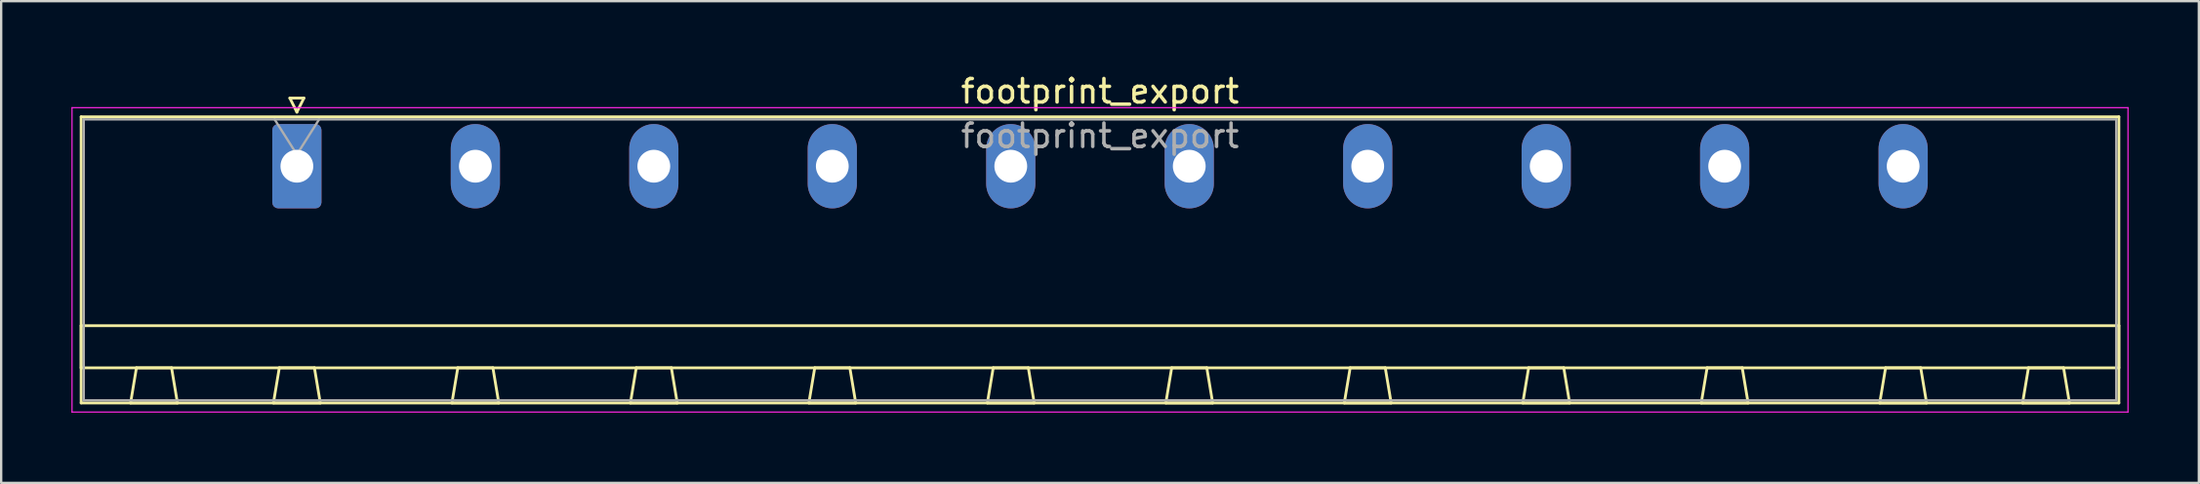
<source format=kicad_pcb>
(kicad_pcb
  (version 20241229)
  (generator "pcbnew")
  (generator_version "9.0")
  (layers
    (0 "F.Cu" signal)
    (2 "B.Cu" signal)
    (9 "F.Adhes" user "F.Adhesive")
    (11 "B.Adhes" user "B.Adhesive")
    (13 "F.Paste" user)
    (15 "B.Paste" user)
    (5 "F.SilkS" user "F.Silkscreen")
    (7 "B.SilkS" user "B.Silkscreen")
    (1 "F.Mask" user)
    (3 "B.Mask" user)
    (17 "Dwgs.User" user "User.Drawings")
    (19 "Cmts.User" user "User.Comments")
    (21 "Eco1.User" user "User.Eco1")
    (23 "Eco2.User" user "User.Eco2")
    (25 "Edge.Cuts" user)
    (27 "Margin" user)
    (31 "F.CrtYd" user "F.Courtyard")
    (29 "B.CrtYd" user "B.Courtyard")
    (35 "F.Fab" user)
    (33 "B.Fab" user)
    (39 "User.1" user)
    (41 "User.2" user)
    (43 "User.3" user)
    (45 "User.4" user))
  (footprint "footprint_export"
    (layer "F.Cu")
    (at 9.625 4.048)
    (property "Reference" "footprint_export" (at 34.29 -3.2 0) (layer "F.SilkS") (effects (font (size 1 1) (thickness 0.15))))
    (attr through_hole)
    (fp_line (start -9.21 -2.11) (end -9.21 10.11) (stroke (width 0.12) (type solid)) (layer "F.SilkS"))
    (fp_line (start -9.21 6.81) (end 77.79 6.81) (stroke (width 0.12) (type solid)) (layer "F.SilkS"))
    (fp_line (start -9.21 8.61) (end -9.21 6.81) (stroke (width 0.12) (type solid)) (layer "F.SilkS"))
    (fp_line (start -9.21 10.11) (end 77.79 10.11) (stroke (width 0.12) (type solid)) (layer "F.SilkS"))
    (fp_line (start -7.1 10.11) (end -5.1 10.11) (stroke (width 0.12) (type solid)) (layer "F.SilkS"))
    (fp_line (start -6.85 8.61) (end -7.1 10.11) (stroke (width 0.12) (type solid)) (layer "F.SilkS"))
    (fp_line (start -5.35 8.61) (end -6.85 8.61) (stroke (width 0.12) (type solid)) (layer "F.SilkS"))
    (fp_line (start -5.1 10.11) (end -5.35 8.61) (stroke (width 0.12) (type solid)) (layer "F.SilkS"))
    (fp_line (start -1 10.11) (end 1 10.11) (stroke (width 0.12) (type solid)) (layer "F.SilkS"))
    (fp_line (start -0.75 8.61) (end -1 10.11) (stroke (width 0.12) (type solid)) (layer "F.SilkS"))
    (fp_line (start -0.3 -2.91) (end 0.3 -2.91) (stroke (width 0.12) (type solid)) (layer "F.SilkS"))
    (fp_line (start 0 -2.31) (end -0.3 -2.91) (stroke (width 0.12) (type solid)) (layer "F.SilkS"))
    (fp_line (start 0.3 -2.91) (end 0 -2.31) (stroke (width 0.12) (type solid)) (layer "F.SilkS"))
    (fp_line (start 0.75 8.61) (end -0.75 8.61) (stroke (width 0.12) (type solid)) (layer "F.SilkS"))
    (fp_line (start 1 10.11) (end 0.75 8.61) (stroke (width 0.12) (type solid)) (layer "F.SilkS"))
    (fp_line (start 6.62 10.11) (end 8.62 10.11) (stroke (width 0.12) (type solid)) (layer "F.SilkS"))
    (fp_line (start 6.87 8.61) (end 6.62 10.11) (stroke (width 0.12) (type solid)) (layer "F.SilkS"))
    (fp_line (start 8.37 8.61) (end 6.87 8.61) (stroke (width 0.12) (type solid)) (layer "F.SilkS"))
    (fp_line (start 8.62 10.11) (end 8.37 8.61) (stroke (width 0.12) (type solid)) (layer "F.SilkS"))
    (fp_line (start 14.24 10.11) (end 16.24 10.11) (stroke (width 0.12) (type solid)) (layer "F.SilkS"))
    (fp_line (start 14.49 8.61) (end 14.24 10.11) (stroke (width 0.12) (type solid)) (layer "F.SilkS"))
    (fp_line (start 15.99 8.61) (end 14.49 8.61) (stroke (width 0.12) (type solid)) (layer "F.SilkS"))
    (fp_line (start 16.24 10.11) (end 15.99 8.61) (stroke (width 0.12) (type solid)) (layer "F.SilkS"))
    (fp_line (start 21.86 10.11) (end 23.86 10.11) (stroke (width 0.12) (type solid)) (layer "F.SilkS"))
    (fp_line (start 22.11 8.61) (end 21.86 10.11) (stroke (width 0.12) (type solid)) (layer "F.SilkS"))
    (fp_line (start 23.61 8.61) (end 22.11 8.61) (stroke (width 0.12) (type solid)) (layer "F.SilkS"))
    (fp_line (start 23.86 10.11) (end 23.61 8.61) (stroke (width 0.12) (type solid)) (layer "F.SilkS"))
    (fp_line (start 29.48 10.11) (end 31.48 10.11) (stroke (width 0.12) (type solid)) (layer "F.SilkS"))
    (fp_line (start 29.73 8.61) (end 29.48 10.11) (stroke (width 0.12) (type solid)) (layer "F.SilkS"))
    (fp_line (start 31.23 8.61) (end 29.73 8.61) (stroke (width 0.12) (type solid)) (layer "F.SilkS"))
    (fp_line (start 31.48 10.11) (end 31.23 8.61) (stroke (width 0.12) (type solid)) (layer "F.SilkS"))
    (fp_line (start 37.1 10.11) (end 39.1 10.11) (stroke (width 0.12) (type solid)) (layer "F.SilkS"))
    (fp_line (start 37.35 8.61) (end 37.1 10.11) (stroke (width 0.12) (type solid)) (layer "F.SilkS"))
    (fp_line (start 38.85 8.61) (end 37.35 8.61) (stroke (width 0.12) (type solid)) (layer "F.SilkS"))
    (fp_line (start 39.1 10.11) (end 38.85 8.61) (stroke (width 0.12) (type solid)) (layer "F.SilkS"))
    (fp_line (start 44.72 10.11) (end 46.72 10.11) (stroke (width 0.12) (type solid)) (layer "F.SilkS"))
    (fp_line (start 44.97 8.61) (end 44.72 10.11) (stroke (width 0.12) (type solid)) (layer "F.SilkS"))
    (fp_line (start 46.47 8.61) (end 44.97 8.61) (stroke (width 0.12) (type solid)) (layer "F.SilkS"))
    (fp_line (start 46.72 10.11) (end 46.47 8.61) (stroke (width 0.12) (type solid)) (layer "F.SilkS"))
    (fp_line (start 52.34 10.11) (end 54.34 10.11) (stroke (width 0.12) (type solid)) (layer "F.SilkS"))
    (fp_line (start 52.59 8.61) (end 52.34 10.11) (stroke (width 0.12) (type solid)) (layer "F.SilkS"))
    (fp_line (start 54.09 8.61) (end 52.59 8.61) (stroke (width 0.12) (type solid)) (layer "F.SilkS"))
    (fp_line (start 54.34 10.11) (end 54.09 8.61) (stroke (width 0.12) (type solid)) (layer "F.SilkS"))
    (fp_line (start 59.96 10.11) (end 61.96 10.11) (stroke (width 0.12) (type solid)) (layer "F.SilkS"))
    (fp_line (start 60.21 8.61) (end 59.96 10.11) (stroke (width 0.12) (type solid)) (layer "F.SilkS"))
    (fp_line (start 61.71 8.61) (end 60.21 8.61) (stroke (width 0.12) (type solid)) (layer "F.SilkS"))
    (fp_line (start 61.96 10.11) (end 61.71 8.61) (stroke (width 0.12) (type solid)) (layer "F.SilkS"))
    (fp_line (start 67.58 10.11) (end 69.58 10.11) (stroke (width 0.12) (type solid)) (layer "F.SilkS"))
    (fp_line (start 67.83 8.61) (end 67.58 10.11) (stroke (width 0.12) (type solid)) (layer "F.SilkS"))
    (fp_line (start 69.33 8.61) (end 67.83 8.61) (stroke (width 0.12) (type solid)) (layer "F.SilkS"))
    (fp_line (start 69.58 10.11) (end 69.33 8.61) (stroke (width 0.12) (type solid)) (layer "F.SilkS"))
    (fp_line (start 73.68 10.11) (end 75.68 10.11) (stroke (width 0.12) (type solid)) (layer "F.SilkS"))
    (fp_line (start 73.93 8.61) (end 73.68 10.11) (stroke (width 0.12) (type solid)) (layer "F.SilkS"))
    (fp_line (start 75.43 8.61) (end 73.93 8.61) (stroke (width 0.12) (type solid)) (layer "F.SilkS"))
    (fp_line (start 75.68 10.11) (end 75.43 8.61) (stroke (width 0.12) (type solid)) (layer "F.SilkS"))
    (fp_line (start 77.79 -2.11) (end -9.21 -2.11) (stroke (width 0.12) (type solid)) (layer "F.SilkS"))
    (fp_line (start 77.79 6.81) (end 77.79 8.61) (stroke (width 0.12) (type solid)) (layer "F.SilkS"))
    (fp_line (start 77.79 8.61) (end -9.21 8.61) (stroke (width 0.12) (type solid)) (layer "F.SilkS"))
    (fp_line (start 77.79 10.11) (end 77.79 -2.11) (stroke (width 0.12) (type solid)) (layer "F.SilkS"))
    (fp_line (start -9.6 -2.5) (end -9.6 10.5) (stroke (width 0.05) (type solid)) (layer "F.CrtYd"))
    (fp_line (start -9.6 10.5) (end 78.18 10.5) (stroke (width 0.05) (type solid)) (layer "F.CrtYd"))
    (fp_line (start 78.18 -2.5) (end -9.6 -2.5) (stroke (width 0.05) (type solid)) (layer "F.CrtYd"))
    (fp_line (start 78.18 10.5) (end 78.18 -2.5) (stroke (width 0.05) (type solid)) (layer "F.CrtYd"))
    (fp_line (start -9.1 -2) (end -9.1 10) (stroke (width 0.1) (type solid)) (layer "F.Fab"))
    (fp_line (start -9.1 10) (end 77.68 10) (stroke (width 0.1) (type solid)) (layer "F.Fab"))
    (fp_line (start 0 -0.5) (end -0.95 -2) (stroke (width 0.1) (type solid)) (layer "F.Fab"))
    (fp_line (start 0.95 -2) (end 0 -0.5) (stroke (width 0.1) (type solid)) (layer "F.Fab"))
    (fp_line (start 77.68 -2) (end -9.1 -2) (stroke (width 0.1) (type solid)) (layer "F.Fab"))
    (fp_line (start 77.68 10) (end 77.68 -2) (stroke (width 0.1) (type solid)) (layer "F.Fab"))
    (fp_text user "${REFERENCE}" (at 34.29 -1.3 0) (layer "F.Fab") (effects (font (size 1 1) (thickness 0.15))))
    (pad "1" thru_hole roundrect (at 0 0) (size 2.1 3.6) (drill 1.4) (layers "*.Cu" "*.Mask") (roundrect_rratio 0.119))
    (pad "2" thru_hole oval (at 7.62 0) (size 2.1 3.6) (drill 1.4) (layers "*.Cu" "*.Mask"))
    (pad "3" thru_hole oval (at 15.24 0) (size 2.1 3.6) (drill 1.4) (layers "*.Cu" "*.Mask"))
    (pad "4" thru_hole oval (at 22.86 0) (size 2.1 3.6) (drill 1.4) (layers "*.Cu" "*.Mask"))
    (pad "5" thru_hole oval (at 30.48 0) (size 2.1 3.6) (drill 1.4) (layers "*.Cu" "*.Mask"))
    (pad "6" thru_hole oval (at 38.1 0) (size 2.1 3.6) (drill 1.4) (layers "*.Cu" "*.Mask"))
    (pad "7" thru_hole oval (at 45.72 0) (size 2.1 3.6) (drill 1.4) (layers "*.Cu" "*.Mask"))
    (pad "8" thru_hole oval (at 53.34 0) (size 2.1 3.6) (drill 1.4) (layers "*.Cu" "*.Mask"))
    (pad "9" thru_hole oval (at 60.96 0) (size 2.1 3.6) (drill 1.4) (layers "*.Cu" "*.Mask"))
    (pad "10" thru_hole oval (at 68.58 0) (size 2.1 3.6) (drill 1.4) (layers "*.Cu" "*.Mask")))
  (gr_rect
    (start -3 -3)
    (end 90.83 17.573)
    (stroke (width 0.1) (type default))
    (fill no)
    (layer "Edge.Cuts")))
</source>
